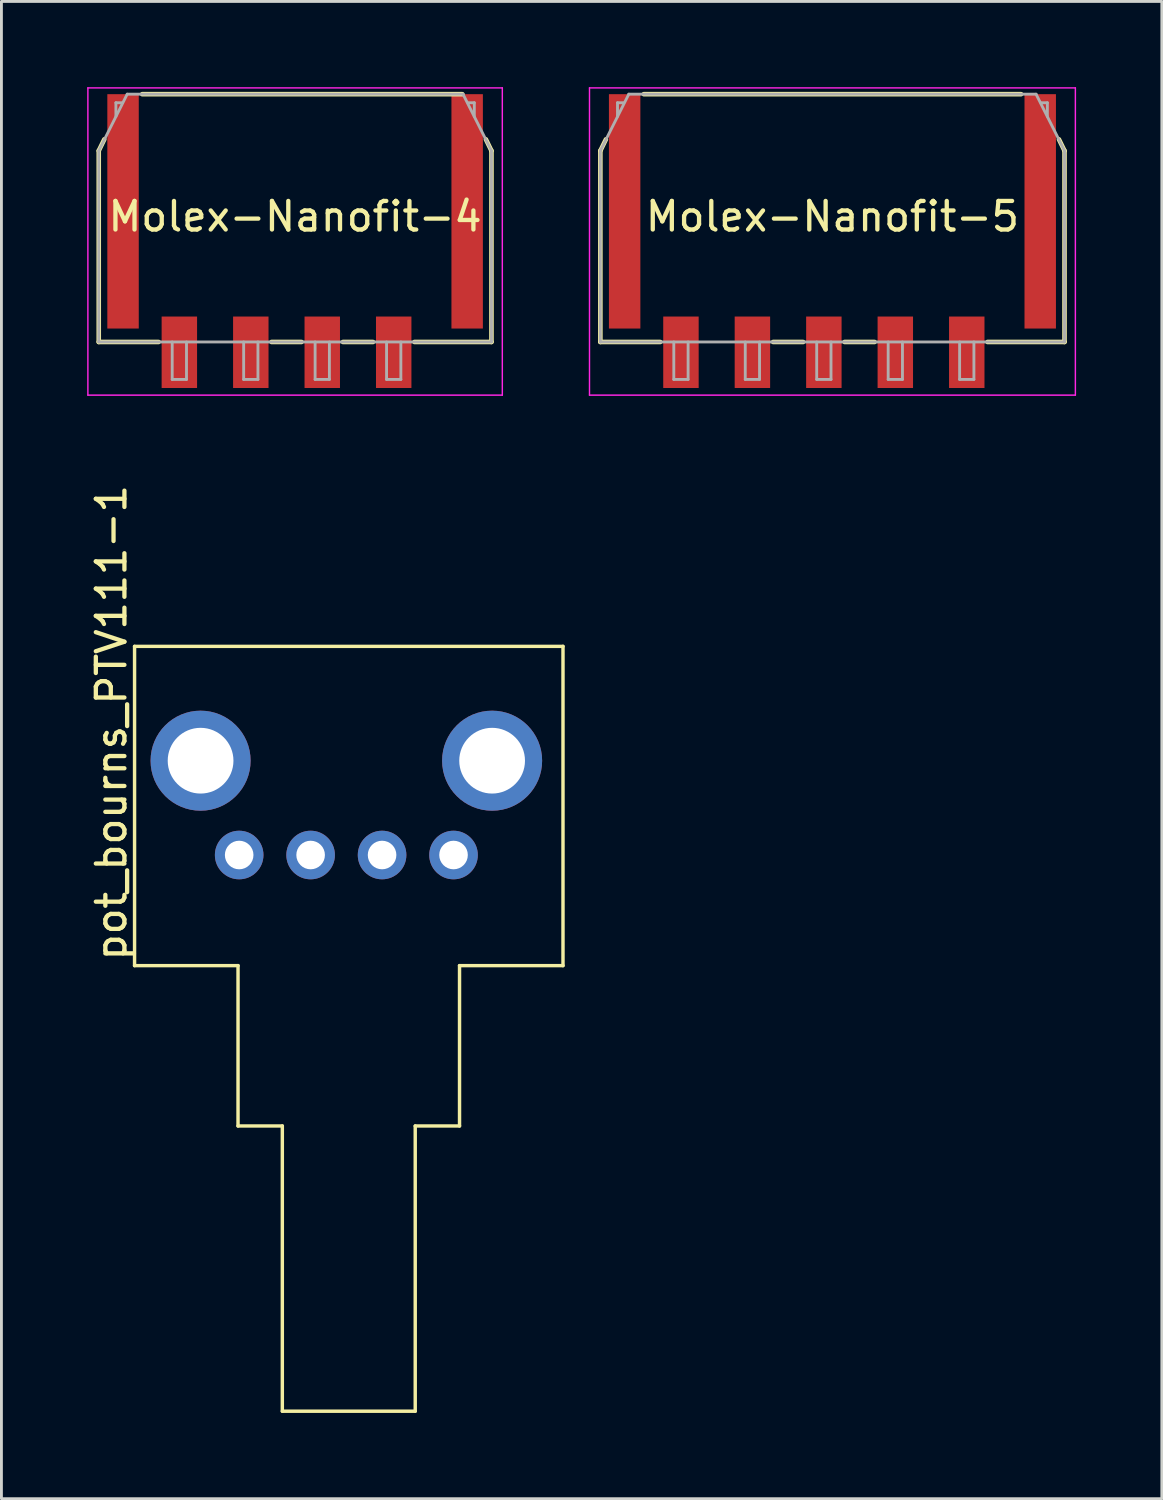
<source format=kicad_pcb>
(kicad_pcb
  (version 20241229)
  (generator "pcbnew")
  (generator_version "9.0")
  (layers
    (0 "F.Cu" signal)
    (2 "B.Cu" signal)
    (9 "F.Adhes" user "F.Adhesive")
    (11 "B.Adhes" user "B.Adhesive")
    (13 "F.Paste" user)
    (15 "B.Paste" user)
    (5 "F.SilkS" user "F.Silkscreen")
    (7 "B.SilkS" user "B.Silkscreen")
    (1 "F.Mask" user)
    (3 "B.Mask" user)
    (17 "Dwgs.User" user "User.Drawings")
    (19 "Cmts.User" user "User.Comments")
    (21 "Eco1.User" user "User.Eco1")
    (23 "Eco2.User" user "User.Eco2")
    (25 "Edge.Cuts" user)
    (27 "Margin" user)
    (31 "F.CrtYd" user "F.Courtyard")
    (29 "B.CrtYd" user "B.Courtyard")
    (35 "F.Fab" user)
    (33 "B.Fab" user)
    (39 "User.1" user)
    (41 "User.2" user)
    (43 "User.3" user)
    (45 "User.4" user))
  (footprint "pot_bourns_PTV111-1"
    (layer "F.Cu")
    (at 5.318 26.865)
    (property "Reference" "pot_bourns_PTV111-1" (at -4.47 -4.63 90) (layer "F.SilkS") (effects (font (size 1 1) (thickness 0.15))))
    (attr through_hole)
    (fp_line (start -3.66 -7.3) (end 11.33 -7.3) (stroke (width 0.12) (type solid)) (layer "F.SilkS"))
    (fp_line (start -3.66 3.87) (end -3.66 -7.3) (stroke (width 0.12) (type solid)) (layer "F.SilkS"))
    (fp_line (start -0.04 3.87) (end -3.66 3.87) (stroke (width 0.12) (type solid)) (layer "F.SilkS"))
    (fp_line (start -0.04 9.48) (end -0.04 3.87) (stroke (width 0.12) (type solid)) (layer "F.SilkS"))
    (fp_line (start 1.51 9.48) (end -0.04 9.48) (stroke (width 0.12) (type solid)) (layer "F.SilkS"))
    (fp_line (start 1.51 19.46) (end 1.51 9.48) (stroke (width 0.12) (type solid)) (layer "F.SilkS"))
    (fp_line (start 1.51 19.46) (end 6.16 19.46) (stroke (width 0.12) (type solid)) (layer "F.SilkS"))
    (fp_line (start 6.16 9.48) (end 7.71 9.48) (stroke (width 0.12) (type solid)) (layer "F.SilkS"))
    (fp_line (start 6.16 19.46) (end 6.16 9.48) (stroke (width 0.12) (type solid)) (layer "F.SilkS"))
    (fp_line (start 7.71 3.87) (end 11.33 3.87) (stroke (width 0.12) (type solid)) (layer "F.SilkS"))
    (fp_line (start 7.71 9.48) (end 7.71 3.87) (stroke (width 0.12) (type solid)) (layer "F.SilkS"))
    (fp_line (start 11.33 3.87) (end 11.33 -7.3) (stroke (width 0.12) (type solid)) (layer "F.SilkS"))
    (pad "" np_thru_hole circle (at -1.35 -3.3) (size 3.5 3.5) (drill 2.3) (layers "*.Cu" "*.Mask"))
    (pad "" thru_hole circle (at 7.5 0) (size 1.7 1.7) (drill 1) (layers "*.Cu" "*.Mask"))
    (pad "" np_thru_hole circle (at 8.85 -3.3) (size 3.5 3.5) (drill 2.3) (layers "*.Cu" "*.Mask"))
    (pad "1" thru_hole circle (at 0 0) (size 1.7 1.7) (drill 1) (layers "*.Cu" "*.Mask"))
    (pad "2" thru_hole circle (at 2.5 0) (size 1.7 1.7) (drill 1) (layers "*.Cu" "*.Mask"))
    (pad "3" thru_hole circle (at 5 0) (size 1.7 1.7) (drill 1) (layers "*.Cu" "*.Mask")))
  (footprint "Molex-Nanofit-4"
    (layer "F.Cu")
    (at 7.275 9.275)
    (property "Reference" "Molex-Nanofit-4" (at 0 -4.75 0) (layer "F.SilkS") (effects (font (size 1 1) (thickness 0.15))))
    (attr smd)
    (fp_line (start -6.87 -0.36) (end -6.87 -7.05) (stroke (width 0.16) (type solid)) (layer "F.SilkS"))
    (fp_line (start -6.675 -7.45) (end -6.87 -7.05) (stroke (width 0.16) (type solid)) (layer "F.SilkS"))
    (fp_line (start -5.35 -9.03) (end 5.85 -9.03) (stroke (width 0.16) (type solid)) (layer "F.SilkS"))
    (fp_line (start -4.775 -0.36) (end -6.87 -0.36) (stroke (width 0.16) (type solid)) (layer "F.SilkS"))
    (fp_line (start -0.825 -0.36) (end 0.225 -0.36) (stroke (width 0.16) (type solid)) (layer "F.SilkS"))
    (fp_line (start 1.675 -0.36) (end 2.725 -0.36) (stroke (width 0.16) (type solid)) (layer "F.SilkS"))
    (fp_line (start 4.175 -0.36) (end 6.87 -0.36) (stroke (width 0.16) (type solid)) (layer "F.SilkS"))
    (fp_line (start 6.675 -7.45) (end 6.87 -7.05) (stroke (width 0.16) (type solid)) (layer "F.SilkS"))
    (fp_line (start 6.87 -0.36) (end 6.87 -7.05) (stroke (width 0.16) (type solid)) (layer "F.SilkS"))
    (fp_line (start -7.25 -9.25) (end -7.25 1.5) (stroke (width 0.05) (type solid)) (layer "F.CrtYd"))
    (fp_line (start -7.25 1.5) (end 7.25 1.5) (stroke (width 0.05) (type solid)) (layer "F.CrtYd"))
    (fp_line (start 7.25 -9.25) (end -7.25 -9.25) (stroke (width 0.05) (type solid)) (layer "F.CrtYd"))
    (fp_line (start 7.25 1.5) (end 7.25 -9.25) (stroke (width 0.05) (type solid)) (layer "F.CrtYd"))
    (fp_line (start -6.87 -0.36) (end -6.87 -7.05) (stroke (width 0.1) (type solid)) (layer "F.Fab"))
    (fp_line (start -6.87 -0.36) (end 6.87 -0.36) (stroke (width 0.1) (type solid)) (layer "F.Fab"))
    (fp_line (start -6.27 -8.25) (end -6.27 -8.73) (stroke (width 0.1) (type solid)) (layer "F.Fab"))
    (fp_line (start -6.05 -8.73) (end -6.27 -8.73) (stroke (width 0.1) (type solid)) (layer "F.Fab"))
    (fp_line (start -5.875 -9.03) (end -6.87 -7.05) (stroke (width 0.1) (type solid)) (layer "F.Fab"))
    (fp_line (start -5.875 -9.03) (end 5.875 -9.03) (stroke (width 0.1) (type solid)) (layer "F.Fab"))
    (fp_line (start -4.3 -0.36) (end -4.3 0.95) (stroke (width 0.1) (type solid)) (layer "F.Fab"))
    (fp_line (start -3.8 -0.36) (end -3.8 0.95) (stroke (width 0.1) (type solid)) (layer "F.Fab"))
    (fp_line (start -3.8 0.95) (end -4.3 0.95) (stroke (width 0.1) (type solid)) (layer "F.Fab"))
    (fp_line (start -1.8 -0.36) (end -1.8 0.95) (stroke (width 0.1) (type solid)) (layer "F.Fab"))
    (fp_line (start -1.3 -0.36) (end -1.3 0.95) (stroke (width 0.1) (type solid)) (layer "F.Fab"))
    (fp_line (start -1.3 0.95) (end -1.8 0.95) (stroke (width 0.1) (type solid)) (layer "F.Fab"))
    (fp_line (start 0.7 -0.36) (end 0.7 0.95) (stroke (width 0.1) (type solid)) (layer "F.Fab"))
    (fp_line (start 1.2 -0.36) (end 1.2 0.95) (stroke (width 0.1) (type solid)) (layer "F.Fab"))
    (fp_line (start 1.2 0.95) (end 0.7 0.95) (stroke (width 0.1) (type solid)) (layer "F.Fab"))
    (fp_line (start 3.2 -0.36) (end 3.2 0.95) (stroke (width 0.1) (type solid)) (layer "F.Fab"))
    (fp_line (start 3.7 -0.36) (end 3.7 0.95) (stroke (width 0.1) (type solid)) (layer "F.Fab"))
    (fp_line (start 3.7 0.95) (end 3.2 0.95) (stroke (width 0.1) (type solid)) (layer "F.Fab"))
    (fp_line (start 5.875 -9.03) (end 6.87 -7.05) (stroke (width 0.1) (type solid)) (layer "F.Fab"))
    (fp_line (start 6.05 -8.73) (end 6.27 -8.73) (stroke (width 0.1) (type solid)) (layer "F.Fab"))
    (fp_line (start 6.27 -8.25) (end 6.27 -8.73) (stroke (width 0.1) (type solid)) (layer "F.Fab"))
    (fp_line (start 6.87 -0.36) (end 6.87 -7.05) (stroke (width 0.1) (type solid)) (layer "F.Fab"))
    (pad "" smd rect (at -6.02 -4.93) (size 1.1 8.2) (layers "F.Cu" "F.Mask" "F.Paste"))
    (pad "" smd rect (at 6.02 -4.93) (size 1.1 8.2) (layers "F.Cu" "F.Mask" "F.Paste"))
    (pad "1" smd rect (at -4.05 0) (size 1.24 2.5) (layers "F.Cu" "F.Mask" "F.Paste"))
    (pad "2" smd rect (at -1.55 0) (size 1.24 2.5) (layers "F.Cu" "F.Mask" "F.Paste"))
    (pad "3" smd rect (at 0.95 0) (size 1.24 2.5) (layers "F.Cu" "F.Mask" "F.Paste"))
    (pad "4" smd rect (at 3.45 0) (size 1.24 2.5) (layers "F.Cu" "F.Mask" "F.Paste")))
  (footprint "Molex-Nanofit-5"
    (layer "F.Cu")
    (at 26.075 9.275)
    (property "Reference" "Molex-Nanofit-5" (at 0 -4.75 0) (layer "F.SilkS") (effects (font (size 1 1) (thickness 0.15))))
    (attr smd)
    (fp_line (start -8.12 -0.36) (end -8.12 -7.05) (stroke (width 0.16) (type solid)) (layer "F.SilkS"))
    (fp_line (start -7.925 -7.45) (end -8.12 -7.05) (stroke (width 0.16) (type solid)) (layer "F.SilkS"))
    (fp_line (start -6.6 -9.03) (end 6.6 -9.03) (stroke (width 0.16) (type solid)) (layer "F.SilkS"))
    (fp_line (start -6.025 -0.36) (end -8.12 -0.36) (stroke (width 0.16) (type solid)) (layer "F.SilkS"))
    (fp_line (start -2.075 -0.36) (end -1.025 -0.36) (stroke (width 0.16) (type solid)) (layer "F.SilkS"))
    (fp_line (start 0.425 -0.36) (end 1.475 -0.36) (stroke (width 0.16) (type solid)) (layer "F.SilkS"))
    (fp_line (start 5.425 -0.36) (end 8.12 -0.36) (stroke (width 0.16) (type solid)) (layer "F.SilkS"))
    (fp_line (start 7.925 -7.45) (end 8.12 -7.05) (stroke (width 0.16) (type solid)) (layer "F.SilkS"))
    (fp_line (start 8.12 -0.36) (end 8.12 -7.05) (stroke (width 0.16) (type solid)) (layer "F.SilkS"))
    (fp_line (start -8.5 -9.25) (end -8.5 1.5) (stroke (width 0.05) (type solid)) (layer "F.CrtYd"))
    (fp_line (start -8.5 1.5) (end 8.5 1.5) (stroke (width 0.05) (type solid)) (layer "F.CrtYd"))
    (fp_line (start 8.5 -9.25) (end -8.5 -9.25) (stroke (width 0.05) (type solid)) (layer "F.CrtYd"))
    (fp_line (start 8.5 1.5) (end 8.5 -9.25) (stroke (width 0.05) (type solid)) (layer "F.CrtYd"))
    (fp_line (start -8.12 -0.36) (end -8.12 -7.05) (stroke (width 0.1) (type solid)) (layer "F.Fab"))
    (fp_line (start -8.12 -0.36) (end 8.12 -0.36) (stroke (width 0.1) (type solid)) (layer "F.Fab"))
    (fp_line (start -7.52 -8.25) (end -7.52 -8.73) (stroke (width 0.1) (type solid)) (layer "F.Fab"))
    (fp_line (start -7.3 -8.73) (end -7.52 -8.73) (stroke (width 0.1) (type solid)) (layer "F.Fab"))
    (fp_line (start -7.125 -9.03) (end -8.12 -7.05) (stroke (width 0.1) (type solid)) (layer "F.Fab"))
    (fp_line (start -7.125 -9.03) (end 7.125 -9.03) (stroke (width 0.1) (type solid)) (layer "F.Fab"))
    (fp_line (start -5.55 -0.36) (end -5.55 0.95) (stroke (width 0.1) (type solid)) (layer "F.Fab"))
    (fp_line (start -5.05 -0.36) (end -5.05 0.95) (stroke (width 0.1) (type solid)) (layer "F.Fab"))
    (fp_line (start -5.05 0.95) (end -5.55 0.95) (stroke (width 0.1) (type solid)) (layer "F.Fab"))
    (fp_line (start -3.05 -0.36) (end -3.05 0.95) (stroke (width 0.1) (type solid)) (layer "F.Fab"))
    (fp_line (start -2.55 -0.36) (end -2.55 0.95) (stroke (width 0.1) (type solid)) (layer "F.Fab"))
    (fp_line (start -2.55 0.95) (end -3.05 0.95) (stroke (width 0.1) (type solid)) (layer "F.Fab"))
    (fp_line (start -0.55 -0.36) (end -0.55 0.95) (stroke (width 0.1) (type solid)) (layer "F.Fab"))
    (fp_line (start -0.05 -0.36) (end -0.05 0.95) (stroke (width 0.1) (type solid)) (layer "F.Fab"))
    (fp_line (start -0.05 0.95) (end -0.55 0.95) (stroke (width 0.1) (type solid)) (layer "F.Fab"))
    (fp_line (start 1.95 -0.36) (end 1.95 0.95) (stroke (width 0.1) (type solid)) (layer "F.Fab"))
    (fp_line (start 2.45 -0.36) (end 2.45 0.95) (stroke (width 0.1) (type solid)) (layer "F.Fab"))
    (fp_line (start 2.45 0.95) (end 1.95 0.95) (stroke (width 0.1) (type solid)) (layer "F.Fab"))
    (fp_line (start 4.45 -0.36) (end 4.45 0.95) (stroke (width 0.1) (type solid)) (layer "F.Fab"))
    (fp_line (start 4.95 -0.36) (end 4.95 0.95) (stroke (width 0.1) (type solid)) (layer "F.Fab"))
    (fp_line (start 4.95 0.95) (end 4.45 0.95) (stroke (width 0.1) (type solid)) (layer "F.Fab"))
    (fp_line (start 7.125 -9.03) (end 8.12 -7.05) (stroke (width 0.1) (type solid)) (layer "F.Fab"))
    (fp_line (start 7.3 -8.73) (end 7.52 -8.73) (stroke (width 0.1) (type solid)) (layer "F.Fab"))
    (fp_line (start 7.52 -8.25) (end 7.52 -8.73) (stroke (width 0.1) (type solid)) (layer "F.Fab"))
    (fp_line (start 8.12 -0.36) (end 8.12 -7.05) (stroke (width 0.1) (type solid)) (layer "F.Fab"))
    (pad "" smd rect (at -7.27 -4.93) (size 1.1 8.2) (layers "F.Cu" "F.Mask" "F.Paste"))
    (pad "" smd rect (at 7.27 -4.93) (size 1.1 8.2) (layers "F.Cu" "F.Mask" "F.Paste"))
    (pad "1" smd rect (at -5.3 0) (size 1.24 2.5) (layers "F.Cu" "F.Mask" "F.Paste"))
    (pad "2" smd rect (at -2.8 0) (size 1.24 2.5) (layers "F.Cu" "F.Mask" "F.Paste"))
    (pad "3" smd rect (at -0.3 0) (size 1.24 2.5) (layers "F.Cu" "F.Mask" "F.Paste"))
    (pad "4" smd rect (at 2.2 0) (size 1.24 2.5) (layers "F.Cu" "F.Mask" "F.Paste"))
    (pad "5" smd rect (at 4.7 0) (size 1.24 2.5) (layers "F.Cu" "F.Mask" "F.Paste")))
  (gr_rect
    (start -3 -3)
    (end 37.6 49.385)
    (stroke (width 0.1) (type default))
    (fill no)
    (layer "Edge.Cuts")))
</source>
